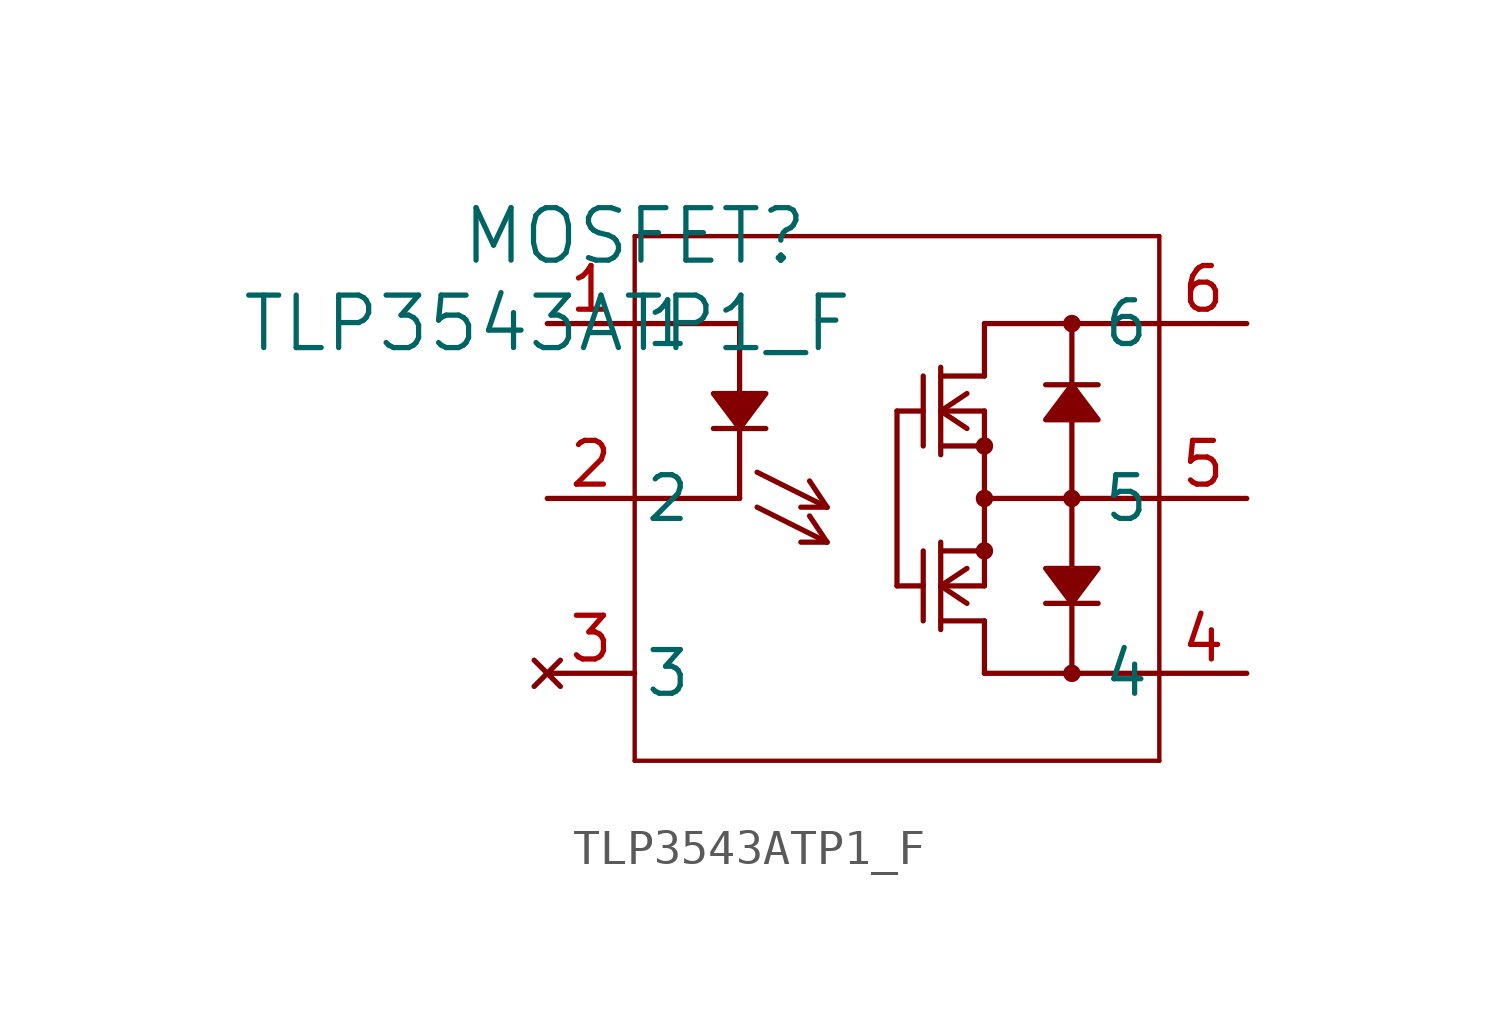
<source format=kicad_sym>
(kicad_symbol_lib
  (version 20211014)
  (generator kicad_symbol_editor)
  (symbol "TLP3543ATP1_F"
    (pin_names
      (offset 0.254))
    (property "Reference" "MOSFET"
      (at 2.54 2.54 0)
      (effects (font (size 1.524 1.524))))
    (property "Value" "TLP3543ATP1_F"
      (at 0 0 0)
      (effects (font (size 1.524 1.524))))
    (symbol "TLP3543ATP1_F_0_1"
      (polyline (pts (xy 16.002 -2.794) (xy 16.002 -2.794) (xy 14.478 -2.794) (xy 15.24 -1.778) (xy 16.002 -2.794)) (stroke (width 0) (type default) (color 0 0 0 0)) (fill (type outline)))
      (polyline (pts (xy 2.54 -12.7) (xy 2.54 2.54)) (stroke (width 0.127) (type default) (color 0 0 0 0)) (fill (type none)))
      (polyline (pts (xy 2.54 2.54) (xy 17.78 2.54)) (stroke (width 0.127) (type default) (color 0 0 0 0)) (fill (type none)))
      (polyline (pts (xy 17.78 2.54) (xy 17.78 -12.7)) (stroke (width 0.127) (type default) (color 0 0 0 0)) (fill (type none)))
      (polyline (pts (xy 17.78 -12.7) (xy 2.54 -12.7)) (stroke (width 0.127) (type default) (color 0 0 0 0)) (fill (type none)))
      (polyline (pts (xy 5.588 0) (xy 2.54 0)) (stroke (width 0) (type default) (color 0 0 0 0)) (fill (type none)))
      (polyline (pts (xy 5.588 -5.08) (xy 2.54 -5.08)) (stroke (width 0) (type default) (color 0 0 0 0)) (fill (type none)))
      (polyline (pts (xy 15.24 -10.16) (xy 17.78 -10.16)) (stroke (width 0) (type default) (color 0 0 0 0)) (fill (type none)))
      (polyline (pts (xy 15.24 0) (xy 17.78 0)) (stroke (width 0) (type default) (color 0 0 0 0)) (fill (type none)))
      (polyline (pts (xy 10.16 -2.54) (xy 10.16 -7.62)) (stroke (width 0) (type default) (color 0 0 0 0)) (fill (type none)))
      (polyline (pts (xy 10.16 -2.54) (xy 10.922 -2.54)) (stroke (width 0) (type default) (color 0 0 0 0)) (fill (type none)))
      (polyline (pts (xy 10.922 -1.524) (xy 10.922 -3.556)) (stroke (width 0) (type default) (color 0 0 0 0)) (fill (type none)))
      (polyline (pts (xy 10.16 -7.62) (xy 10.922 -7.62)) (stroke (width 0) (type default) (color 0 0 0 0)) (fill (type none)))
      (polyline (pts (xy 10.922 -6.604) (xy 10.922 -8.636)) (stroke (width 0) (type default) (color 0 0 0 0)) (fill (type none)))
      (polyline (pts (xy 11.43 -6.35) (xy 11.43 -8.89)) (stroke (width 0) (type default) (color 0 0 0 0)) (fill (type none)))
      (polyline (pts (xy 11.43 -1.27) (xy 11.43 -3.81)) (stroke (width 0) (type default) (color 0 0 0 0)) (fill (type none)))
      (polyline (pts (xy 11.43 -1.524) (xy 12.7 -1.524)) (stroke (width 0) (type default) (color 0 0 0 0)) (fill (type none)))
      (polyline (pts (xy 11.43 -2.54) (xy 12.192 -3.048)) (stroke (width 0) (type default) (color 0 0 0 0)) (fill (type none)))
      (polyline (pts (xy 11.43 -2.54) (xy 12.192 -2.032)) (stroke (width 0) (type default) (color 0 0 0 0)) (fill (type none)))
      (polyline (pts (xy 11.43 -2.54) (xy 12.7 -2.54)) (stroke (width 0) (type default) (color 0 0 0 0)) (fill (type none)))
      (polyline (pts (xy 11.43 -6.604) (xy 12.7 -6.604)) (stroke (width 0) (type default) (color 0 0 0 0)) (fill (type none)))
      (polyline (pts (xy 11.43 -7.62) (xy 12.192 -7.112)) (stroke (width 0) (type default) (color 0 0 0 0)) (fill (type none)))
      (polyline (pts (xy 11.43 -7.62) (xy 12.192 -8.128)) (stroke (width 0) (type default) (color 0 0 0 0)) (fill (type none)))
      (polyline (pts (xy 11.43 -7.62) (xy 12.7 -7.62)) (stroke (width 0) (type default) (color 0 0 0 0)) (fill (type none)))
      (polyline (pts (xy 11.43 -8.636) (xy 12.7 -8.636)) (stroke (width 0) (type default) (color 0 0 0 0)) (fill (type none)))
      (polyline (pts (xy 12.7 -2.54) (xy 12.7 -7.62)) (stroke (width 0) (type default) (color 0 0 0 0)) (fill (type none)))
      (polyline (pts (xy 11.43 -3.556) (xy 12.7 -3.556)) (stroke (width 0) (type default) (color 0 0 0 0)) (fill (type none)))
      (polyline (pts (xy 12.7 -5.08) (xy 17.78 -5.08)) (stroke (width 0) (type default) (color 0 0 0 0)) (fill (type none)))
      (polyline (pts (xy 12.7 -1.524) (xy 12.7 0)) (stroke (width 0) (type default) (color 0 0 0 0)) (fill (type none)))
      (polyline (pts (xy 12.7 0) (xy 15.24 0)) (stroke (width 0) (type default) (color 0 0 0 0)) (fill (type none)))
      (polyline (pts (xy 15.24 -5.08) (xy 15.24 -7.112)) (stroke (width 0) (type default) (color 0 0 0 0)) (fill (type none)))
      (polyline (pts (xy 14.478 -8.128) (xy 16.002 -8.128)) (stroke (width 0) (type default) (color 0 0 0 0)) (fill (type none)))
      (polyline (pts (xy 15.24 -2.794) (xy 15.24 -5.08)) (stroke (width 0) (type default) (color 0 0 0 0)) (fill (type none)))
      (polyline (pts (xy 15.24 0) (xy 15.24 -1.778)) (stroke (width 0) (type default) (color 0 0 0 0)) (fill (type none)))
      (polyline (pts (xy 15.24 -8.128) (xy 15.24 -10.16)) (stroke (width 0) (type default) (color 0 0 0 0)) (fill (type none)))
      (polyline (pts (xy 12.7 -8.636) (xy 12.7 -10.16)) (stroke (width 0) (type default) (color 0 0 0 0)) (fill (type none)))
      (polyline (pts (xy 12.7 -10.16) (xy 14.986 -10.16)) (stroke (width 0) (type default) (color 0 0 0 0)) (fill (type none)))
      (polyline (pts (xy 14.478 -1.778) (xy 16.002 -1.778)) (stroke (width 0) (type default) (color 0 0 0 0)) (fill (type none)))
      (polyline (pts (xy 4.826 -3.048) (xy 6.35 -3.048)) (stroke (width 0) (type default) (color 0 0 0 0)) (fill (type none)))
      (polyline (pts (xy 5.588 -2.032) (xy 5.588 0)) (stroke (width 0) (type default) (color 0 0 0 0)) (fill (type none)))
      (polyline (pts (xy 5.588 -3.048) (xy 5.588 -5.08)) (stroke (width 0) (type default) (color 0 0 0 0)) (fill (type none)))
      (polyline (pts (xy 8.128 -5.334) (xy 7.366 -5.334)) (stroke (width 0) (type default) (color 0 0 0 0)) (fill (type none)))
      (polyline (pts (xy 6.096 -4.318) (xy 8.128 -5.334)) (stroke (width 0) (type default) (color 0 0 0 0)) (fill (type none)))
      (polyline (pts (xy 8.128 -5.334) (xy 7.62 -4.572)) (stroke (width 0) (type default) (color 0 0 0 0)) (fill (type none)))
      (polyline (pts (xy 6.096 -5.334) (xy 8.128 -6.35)) (stroke (width 0) (type default) (color 0 0 0 0)) (fill (type none)))
      (polyline (pts (xy 8.128 -6.35) (xy 7.366 -6.35)) (stroke (width 0) (type default) (color 0 0 0 0)) (fill (type none)))
      (polyline (pts (xy 8.128 -6.35) (xy 7.62 -5.588)) (stroke (width 0) (type default) (color 0 0 0 0)) (fill (type none)))
      (circle (center 15.24 -10.16) (radius 0.127) (stroke (width 0.254) (type default) (color 0 0 0 0)) (fill (type none)))
      (circle (center 12.7 -3.556) (radius 0.127) (stroke (width 0.254) (type default) (color 0 0 0 0)) (fill (type none)))
      (circle (center 12.7 -5.08) (radius 0.127) (stroke (width 0.254) (type default) (color 0 0 0 0)) (fill (type none)))
      (circle (center 15.24 -5.08) (radius 0.127) (stroke (width 0.254) (type default) (color 0 0 0 0)) (fill (type none)))
      (circle (center 15.24 0) (radius 0.127) (stroke (width 0.254) (type default) (color 0 0 0 0)) (fill (type none)))
      (circle (center 12.7 -6.604) (radius 0.127) (stroke (width 0.254) (type default) (color 0 0 0 0)) (fill (type none)))
      (polyline (pts (xy 4.826 -2.032) (xy 4.826 -2.032) (xy 6.35 -2.032) (xy 5.588 -3.048) (xy 4.826 -2.032)) (stroke (width 0) (type default) (color 0 0 0 0)) (fill (type outline)))
      (polyline (pts (xy 14.478 -7.112) (xy 14.478 -7.112) (xy 16.002 -7.112) (xy 15.24 -8.128) (xy 14.478 -7.112)) (stroke (width 0) (type default) (color 0 0 0 0)) (fill (type outline)))
      (pin unspecified line (at 0 0 0) (length 2.54) (name "1" (effects (font (size 1.27 1.27)))) (number "1" (effects (font (size 1.27 1.27)))))
      (pin unspecified line (at 0 -5.08 0) (length 2.54) (name "2" (effects (font (size 1.27 1.27)))) (number "2" (effects (font (size 1.27 1.27)))))
      (pin no_connect line (at 0 -10.16 0) (length 2.54) (name "3" (effects (font (size 1.27 1.27)))) (number "3" (effects (font (size 1.27 1.27)))))
      (pin unspecified line (at 20.32 -10.16 180) (length 2.54) (name "4" (effects (font (size 1.27 1.27)))) (number "4" (effects (font (size 1.27 1.27)))))
      (pin unspecified line (at 20.32 -5.08 180) (length 2.54) (name "5" (effects (font (size 1.27 1.27)))) (number "5" (effects (font (size 1.27 1.27)))))
      (pin unspecified line (at 20.32 0 180) (length 2.54) (name "6" (effects (font (size 1.27 1.27)))) (number "6" (effects (font (size 1.27 1.27))))))))
</source>
